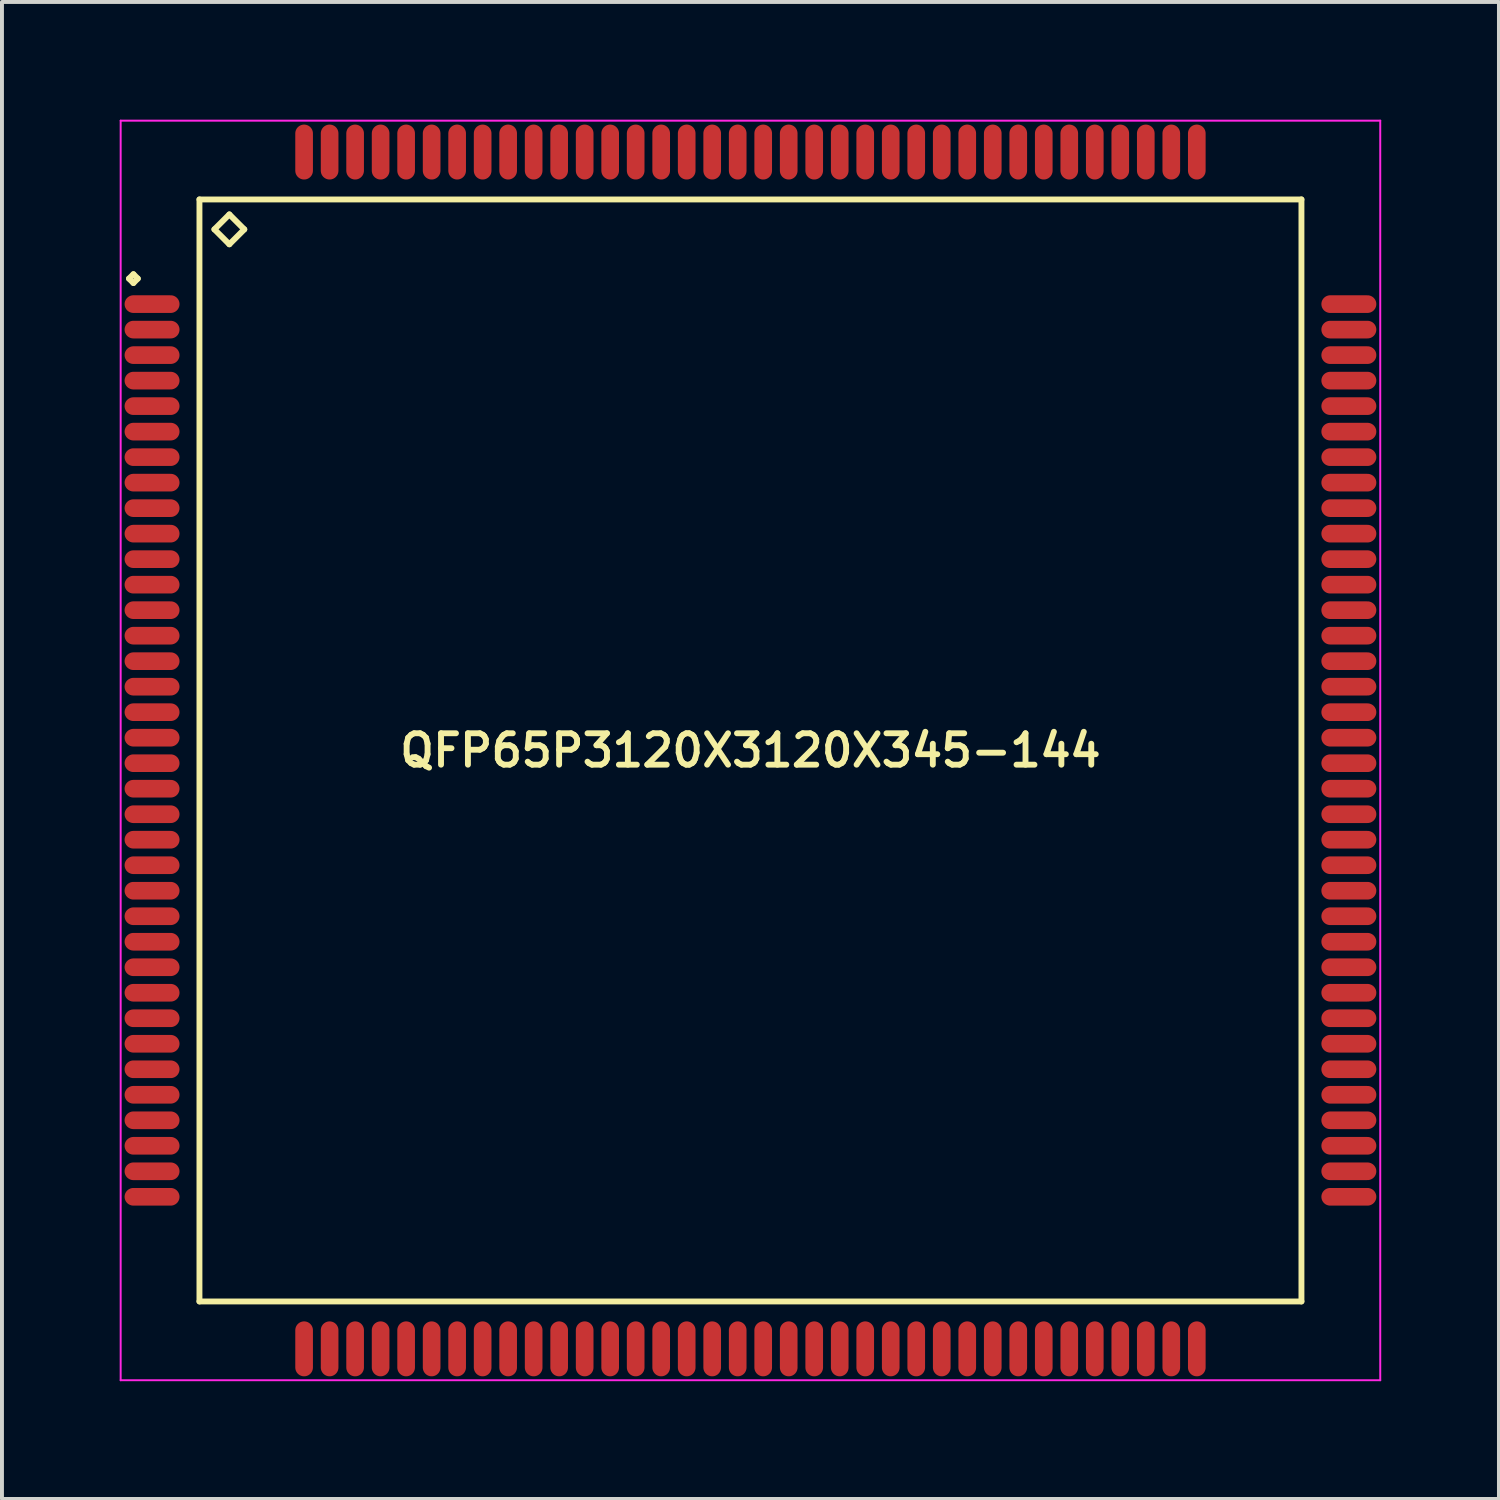
<source format=kicad_pcb>
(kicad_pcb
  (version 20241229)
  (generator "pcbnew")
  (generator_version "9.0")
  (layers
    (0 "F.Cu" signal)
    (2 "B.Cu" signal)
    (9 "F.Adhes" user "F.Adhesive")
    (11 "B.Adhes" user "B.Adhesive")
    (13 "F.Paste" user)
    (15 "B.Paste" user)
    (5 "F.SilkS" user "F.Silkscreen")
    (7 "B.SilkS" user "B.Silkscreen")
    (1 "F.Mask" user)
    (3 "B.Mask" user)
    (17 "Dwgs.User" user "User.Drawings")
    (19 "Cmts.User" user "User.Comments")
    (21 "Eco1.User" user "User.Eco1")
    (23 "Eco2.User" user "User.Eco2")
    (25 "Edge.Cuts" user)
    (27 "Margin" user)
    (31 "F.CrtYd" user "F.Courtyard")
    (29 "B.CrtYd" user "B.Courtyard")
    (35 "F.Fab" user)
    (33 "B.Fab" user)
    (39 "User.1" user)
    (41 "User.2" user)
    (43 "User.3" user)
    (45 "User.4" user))
  (footprint "QFP65P3120X3120X345-144"
    (layer "F.Cu")
    (at 16.075 16.075)
    (property "Reference" "QFP65P3120X3120X345-144" (at 0 0 0) (layer "F.SilkS") (effects (font (size 0.8 0.8) (thickness 0.15))))
    (attr smd)
    (fp_line (start -15.838 -12.025) (end -15.725 -12.137) (stroke (width 0.15) (type solid)) (layer "F.SilkS"))
    (fp_line (start -15.725 -12.137) (end -15.613 -12.025) (stroke (width 0.15) (type solid)) (layer "F.SilkS"))
    (fp_line (start -15.725 -11.912) (end -15.838 -12.025) (stroke (width 0.15) (type solid)) (layer "F.SilkS"))
    (fp_line (start -15.613 -12.025) (end -15.725 -11.912) (stroke (width 0.15) (type solid)) (layer "F.SilkS"))
    (fp_line (start -14.042 -14.042) (end -14.042 14.042) (stroke (width 0.15) (type solid)) (layer "F.SilkS"))
    (fp_line (start -14.042 14.042) (end 14.042 14.042) (stroke (width 0.15) (type solid)) (layer "F.SilkS"))
    (fp_line (start -13.661 -13.28) (end -13.28 -13.661) (stroke (width 0.15) (type solid)) (layer "F.SilkS"))
    (fp_line (start -13.28 -13.661) (end -12.899 -13.28) (stroke (width 0.15) (type solid)) (layer "F.SilkS"))
    (fp_line (start -13.28 -12.899) (end -13.661 -13.28) (stroke (width 0.15) (type solid)) (layer "F.SilkS"))
    (fp_line (start -12.899 -13.28) (end -13.28 -12.899) (stroke (width 0.15) (type solid)) (layer "F.SilkS"))
    (fp_line (start 14.042 -14.042) (end -14.042 -14.042) (stroke (width 0.15) (type solid)) (layer "F.SilkS"))
    (fp_line (start 14.042 14.042) (end 14.042 -14.042) (stroke (width 0.15) (type solid)) (layer "F.SilkS"))
    (fp_line (start -16.05 -16.05) (end 16.05 -16.05) (stroke (width 0.05) (type solid)) (layer "F.CrtYd"))
    (fp_line (start -16.05 16.05) (end -16.05 -16.05) (stroke (width 0.05) (type solid)) (layer "F.CrtYd"))
    (fp_line (start 16.05 -16.05) (end 16.05 16.05) (stroke (width 0.05) (type solid)) (layer "F.CrtYd"))
    (fp_line (start 16.05 16.05) (end -16.05 16.05) (stroke (width 0.05) (type solid)) (layer "F.CrtYd"))
    (pad "1" smd oval (at -15.25 -11.375) (size 1.4 0.45) (layers "F.Cu" "F.Mask" "F.Paste"))
    (pad "2" smd oval (at -15.25 -10.725) (size 1.4 0.45) (layers "F.Cu" "F.Mask" "F.Paste"))
    (pad "3" smd oval (at -15.25 -10.075) (size 1.4 0.45) (layers "F.Cu" "F.Mask" "F.Paste"))
    (pad "4" smd oval (at -15.25 -9.425) (size 1.4 0.45) (layers "F.Cu" "F.Mask" "F.Paste"))
    (pad "5" smd oval (at -15.25 -8.775) (size 1.4 0.45) (layers "F.Cu" "F.Mask" "F.Paste"))
    (pad "6" smd oval (at -15.25 -8.125) (size 1.4 0.45) (layers "F.Cu" "F.Mask" "F.Paste"))
    (pad "7" smd oval (at -15.25 -7.475) (size 1.4 0.45) (layers "F.Cu" "F.Mask" "F.Paste"))
    (pad "8" smd oval (at -15.25 -6.825) (size 1.4 0.45) (layers "F.Cu" "F.Mask" "F.Paste"))
    (pad "9" smd oval (at -15.25 -6.175) (size 1.4 0.45) (layers "F.Cu" "F.Mask" "F.Paste"))
    (pad "10" smd oval (at -15.25 -5.525) (size 1.4 0.45) (layers "F.Cu" "F.Mask" "F.Paste"))
    (pad "11" smd oval (at -15.25 -4.875) (size 1.4 0.45) (layers "F.Cu" "F.Mask" "F.Paste"))
    (pad "12" smd oval (at -15.25 -4.225) (size 1.4 0.45) (layers "F.Cu" "F.Mask" "F.Paste"))
    (pad "13" smd oval (at -15.25 -3.575) (size 1.4 0.45) (layers "F.Cu" "F.Mask" "F.Paste"))
    (pad "14" smd oval (at -15.25 -2.925) (size 1.4 0.45) (layers "F.Cu" "F.Mask" "F.Paste"))
    (pad "15" smd oval (at -15.25 -2.275) (size 1.4 0.45) (layers "F.Cu" "F.Mask" "F.Paste"))
    (pad "16" smd oval (at -15.25 -1.625) (size 1.4 0.45) (layers "F.Cu" "F.Mask" "F.Paste"))
    (pad "17" smd oval (at -15.25 -0.975) (size 1.4 0.45) (layers "F.Cu" "F.Mask" "F.Paste"))
    (pad "18" smd oval (at -15.25 -0.325) (size 1.4 0.45) (layers "F.Cu" "F.Mask" "F.Paste"))
    (pad "19" smd oval (at -15.25 0.325) (size 1.4 0.45) (layers "F.Cu" "F.Mask" "F.Paste"))
    (pad "20" smd oval (at -15.25 0.975) (size 1.4 0.45) (layers "F.Cu" "F.Mask" "F.Paste"))
    (pad "21" smd oval (at -15.25 1.625) (size 1.4 0.45) (layers "F.Cu" "F.Mask" "F.Paste"))
    (pad "22" smd oval (at -15.25 2.275) (size 1.4 0.45) (layers "F.Cu" "F.Mask" "F.Paste"))
    (pad "23" smd oval (at -15.25 2.925) (size 1.4 0.45) (layers "F.Cu" "F.Mask" "F.Paste"))
    (pad "24" smd oval (at -15.25 3.575) (size 1.4 0.45) (layers "F.Cu" "F.Mask" "F.Paste"))
    (pad "25" smd oval (at -15.25 4.225) (size 1.4 0.45) (layers "F.Cu" "F.Mask" "F.Paste"))
    (pad "26" smd oval (at -15.25 4.875) (size 1.4 0.45) (layers "F.Cu" "F.Mask" "F.Paste"))
    (pad "27" smd oval (at -15.25 5.525) (size 1.4 0.45) (layers "F.Cu" "F.Mask" "F.Paste"))
    (pad "28" smd oval (at -15.25 6.175) (size 1.4 0.45) (layers "F.Cu" "F.Mask" "F.Paste"))
    (pad "29" smd oval (at -15.25 6.825) (size 1.4 0.45) (layers "F.Cu" "F.Mask" "F.Paste"))
    (pad "30" smd oval (at -15.25 7.475) (size 1.4 0.45) (layers "F.Cu" "F.Mask" "F.Paste"))
    (pad "31" smd oval (at -15.25 8.125) (size 1.4 0.45) (layers "F.Cu" "F.Mask" "F.Paste"))
    (pad "32" smd oval (at -15.25 8.775) (size 1.4 0.45) (layers "F.Cu" "F.Mask" "F.Paste"))
    (pad "33" smd oval (at -15.25 9.425) (size 1.4 0.45) (layers "F.Cu" "F.Mask" "F.Paste"))
    (pad "34" smd oval (at -15.25 10.075) (size 1.4 0.45) (layers "F.Cu" "F.Mask" "F.Paste"))
    (pad "35" smd oval (at -15.25 10.725) (size 1.4 0.45) (layers "F.Cu" "F.Mask" "F.Paste"))
    (pad "36" smd oval (at -15.25 11.375) (size 1.4 0.45) (layers "F.Cu" "F.Mask" "F.Paste"))
    (pad "37" smd oval (at -11.375 15.25) (size 0.45 1.4) (layers "F.Cu" "F.Mask" "F.Paste"))
    (pad "38" smd oval (at -10.725 15.25) (size 0.45 1.4) (layers "F.Cu" "F.Mask" "F.Paste"))
    (pad "39" smd oval (at -10.075 15.25) (size 0.45 1.4) (layers "F.Cu" "F.Mask" "F.Paste"))
    (pad "40" smd oval (at -9.425 15.25) (size 0.45 1.4) (layers "F.Cu" "F.Mask" "F.Paste"))
    (pad "41" smd oval (at -8.775 15.25) (size 0.45 1.4) (layers "F.Cu" "F.Mask" "F.Paste"))
    (pad "42" smd oval (at -8.125 15.25) (size 0.45 1.4) (layers "F.Cu" "F.Mask" "F.Paste"))
    (pad "43" smd oval (at -7.475 15.25) (size 0.45 1.4) (layers "F.Cu" "F.Mask" "F.Paste"))
    (pad "44" smd oval (at -6.825 15.25) (size 0.45 1.4) (layers "F.Cu" "F.Mask" "F.Paste"))
    (pad "45" smd oval (at -6.175 15.25) (size 0.45 1.4) (layers "F.Cu" "F.Mask" "F.Paste"))
    (pad "46" smd oval (at -5.525 15.25) (size 0.45 1.4) (layers "F.Cu" "F.Mask" "F.Paste"))
    (pad "47" smd oval (at -4.875 15.25) (size 0.45 1.4) (layers "F.Cu" "F.Mask" "F.Paste"))
    (pad "48" smd oval (at -4.225 15.25) (size 0.45 1.4) (layers "F.Cu" "F.Mask" "F.Paste"))
    (pad "49" smd oval (at -3.575 15.25) (size 0.45 1.4) (layers "F.Cu" "F.Mask" "F.Paste"))
    (pad "50" smd oval (at -2.925 15.25) (size 0.45 1.4) (layers "F.Cu" "F.Mask" "F.Paste"))
    (pad "51" smd oval (at -2.275 15.25) (size 0.45 1.4) (layers "F.Cu" "F.Mask" "F.Paste"))
    (pad "52" smd oval (at -1.625 15.25) (size 0.45 1.4) (layers "F.Cu" "F.Mask" "F.Paste"))
    (pad "53" smd oval (at -0.975 15.25) (size 0.45 1.4) (layers "F.Cu" "F.Mask" "F.Paste"))
    (pad "54" smd oval (at -0.325 15.25) (size 0.45 1.4) (layers "F.Cu" "F.Mask" "F.Paste"))
    (pad "55" smd oval (at 0.325 15.25) (size 0.45 1.4) (layers "F.Cu" "F.Mask" "F.Paste"))
    (pad "56" smd oval (at 0.975 15.25) (size 0.45 1.4) (layers "F.Cu" "F.Mask" "F.Paste"))
    (pad "57" smd oval (at 1.625 15.25) (size 0.45 1.4) (layers "F.Cu" "F.Mask" "F.Paste"))
    (pad "58" smd oval (at 2.275 15.25) (size 0.45 1.4) (layers "F.Cu" "F.Mask" "F.Paste"))
    (pad "59" smd oval (at 2.925 15.25) (size 0.45 1.4) (layers "F.Cu" "F.Mask" "F.Paste"))
    (pad "60" smd oval (at 3.575 15.25) (size 0.45 1.4) (layers "F.Cu" "F.Mask" "F.Paste"))
    (pad "61" smd oval (at 4.225 15.25) (size 0.45 1.4) (layers "F.Cu" "F.Mask" "F.Paste"))
    (pad "62" smd oval (at 4.875 15.25) (size 0.45 1.4) (layers "F.Cu" "F.Mask" "F.Paste"))
    (pad "63" smd oval (at 5.525 15.25) (size 0.45 1.4) (layers "F.Cu" "F.Mask" "F.Paste"))
    (pad "64" smd oval (at 6.175 15.25) (size 0.45 1.4) (layers "F.Cu" "F.Mask" "F.Paste"))
    (pad "65" smd oval (at 6.825 15.25) (size 0.45 1.4) (layers "F.Cu" "F.Mask" "F.Paste"))
    (pad "66" smd oval (at 7.475 15.25) (size 0.45 1.4) (layers "F.Cu" "F.Mask" "F.Paste"))
    (pad "67" smd oval (at 8.125 15.25) (size 0.45 1.4) (layers "F.Cu" "F.Mask" "F.Paste"))
    (pad "68" smd oval (at 8.775 15.25) (size 0.45 1.4) (layers "F.Cu" "F.Mask" "F.Paste"))
    (pad "69" smd oval (at 9.425 15.25) (size 0.45 1.4) (layers "F.Cu" "F.Mask" "F.Paste"))
    (pad "70" smd oval (at 10.075 15.25) (size 0.45 1.4) (layers "F.Cu" "F.Mask" "F.Paste"))
    (pad "71" smd oval (at 10.725 15.25) (size 0.45 1.4) (layers "F.Cu" "F.Mask" "F.Paste"))
    (pad "72" smd oval (at 11.375 15.25) (size 0.45 1.4) (layers "F.Cu" "F.Mask" "F.Paste"))
    (pad "73" smd oval (at 15.25 11.375) (size 1.4 0.45) (layers "F.Cu" "F.Mask" "F.Paste"))
    (pad "74" smd oval (at 15.25 10.725) (size 1.4 0.45) (layers "F.Cu" "F.Mask" "F.Paste"))
    (pad "75" smd oval (at 15.25 10.075) (size 1.4 0.45) (layers "F.Cu" "F.Mask" "F.Paste"))
    (pad "76" smd oval (at 15.25 9.425) (size 1.4 0.45) (layers "F.Cu" "F.Mask" "F.Paste"))
    (pad "77" smd oval (at 15.25 8.775) (size 1.4 0.45) (layers "F.Cu" "F.Mask" "F.Paste"))
    (pad "78" smd oval (at 15.25 8.125) (size 1.4 0.45) (layers "F.Cu" "F.Mask" "F.Paste"))
    (pad "79" smd oval (at 15.25 7.475) (size 1.4 0.45) (layers "F.Cu" "F.Mask" "F.Paste"))
    (pad "80" smd oval (at 15.25 6.825) (size 1.4 0.45) (layers "F.Cu" "F.Mask" "F.Paste"))
    (pad "81" smd oval (at 15.25 6.175) (size 1.4 0.45) (layers "F.Cu" "F.Mask" "F.Paste"))
    (pad "82" smd oval (at 15.25 5.525) (size 1.4 0.45) (layers "F.Cu" "F.Mask" "F.Paste"))
    (pad "83" smd oval (at 15.25 4.875) (size 1.4 0.45) (layers "F.Cu" "F.Mask" "F.Paste"))
    (pad "84" smd oval (at 15.25 4.225) (size 1.4 0.45) (layers "F.Cu" "F.Mask" "F.Paste"))
    (pad "85" smd oval (at 15.25 3.575) (size 1.4 0.45) (layers "F.Cu" "F.Mask" "F.Paste"))
    (pad "86" smd oval (at 15.25 2.925) (size 1.4 0.45) (layers "F.Cu" "F.Mask" "F.Paste"))
    (pad "87" smd oval (at 15.25 2.275) (size 1.4 0.45) (layers "F.Cu" "F.Mask" "F.Paste"))
    (pad "88" smd oval (at 15.25 1.625) (size 1.4 0.45) (layers "F.Cu" "F.Mask" "F.Paste"))
    (pad "89" smd oval (at 15.25 0.975) (size 1.4 0.45) (layers "F.Cu" "F.Mask" "F.Paste"))
    (pad "90" smd oval (at 15.25 0.325) (size 1.4 0.45) (layers "F.Cu" "F.Mask" "F.Paste"))
    (pad "91" smd oval (at 15.25 -0.325) (size 1.4 0.45) (layers "F.Cu" "F.Mask" "F.Paste"))
    (pad "92" smd oval (at 15.25 -0.975) (size 1.4 0.45) (layers "F.Cu" "F.Mask" "F.Paste"))
    (pad "93" smd oval (at 15.25 -1.625) (size 1.4 0.45) (layers "F.Cu" "F.Mask" "F.Paste"))
    (pad "94" smd oval (at 15.25 -2.275) (size 1.4 0.45) (layers "F.Cu" "F.Mask" "F.Paste"))
    (pad "95" smd oval (at 15.25 -2.925) (size 1.4 0.45) (layers "F.Cu" "F.Mask" "F.Paste"))
    (pad "96" smd oval (at 15.25 -3.575) (size 1.4 0.45) (layers "F.Cu" "F.Mask" "F.Paste"))
    (pad "97" smd oval (at 15.25 -4.225) (size 1.4 0.45) (layers "F.Cu" "F.Mask" "F.Paste"))
    (pad "98" smd oval (at 15.25 -4.875) (size 1.4 0.45) (layers "F.Cu" "F.Mask" "F.Paste"))
    (pad "99" smd oval (at 15.25 -5.525) (size 1.4 0.45) (layers "F.Cu" "F.Mask" "F.Paste"))
    (pad "100" smd oval (at 15.25 -6.175) (size 1.4 0.45) (layers "F.Cu" "F.Mask" "F.Paste"))
    (pad "101" smd oval (at 15.25 -6.825) (size 1.4 0.45) (layers "F.Cu" "F.Mask" "F.Paste"))
    (pad "102" smd oval (at 15.25 -7.475) (size 1.4 0.45) (layers "F.Cu" "F.Mask" "F.Paste"))
    (pad "103" smd oval (at 15.25 -8.125) (size 1.4 0.45) (layers "F.Cu" "F.Mask" "F.Paste"))
    (pad "104" smd oval (at 15.25 -8.775) (size 1.4 0.45) (layers "F.Cu" "F.Mask" "F.Paste"))
    (pad "105" smd oval (at 15.25 -9.425) (size 1.4 0.45) (layers "F.Cu" "F.Mask" "F.Paste"))
    (pad "106" smd oval (at 15.25 -10.075) (size 1.4 0.45) (layers "F.Cu" "F.Mask" "F.Paste"))
    (pad "107" smd oval (at 15.25 -10.725) (size 1.4 0.45) (layers "F.Cu" "F.Mask" "F.Paste"))
    (pad "108" smd oval (at 15.25 -11.375) (size 1.4 0.45) (layers "F.Cu" "F.Mask" "F.Paste"))
    (pad "109" smd oval (at 11.375 -15.25) (size 0.45 1.4) (layers "F.Cu" "F.Mask" "F.Paste"))
    (pad "110" smd oval (at 10.725 -15.25) (size 0.45 1.4) (layers "F.Cu" "F.Mask" "F.Paste"))
    (pad "111" smd oval (at 10.075 -15.25) (size 0.45 1.4) (layers "F.Cu" "F.Mask" "F.Paste"))
    (pad "112" smd oval (at 9.425 -15.25) (size 0.45 1.4) (layers "F.Cu" "F.Mask" "F.Paste"))
    (pad "113" smd oval (at 8.775 -15.25) (size 0.45 1.4) (layers "F.Cu" "F.Mask" "F.Paste"))
    (pad "114" smd oval (at 8.125 -15.25) (size 0.45 1.4) (layers "F.Cu" "F.Mask" "F.Paste"))
    (pad "115" smd oval (at 7.475 -15.25) (size 0.45 1.4) (layers "F.Cu" "F.Mask" "F.Paste"))
    (pad "116" smd oval (at 6.825 -15.25) (size 0.45 1.4) (layers "F.Cu" "F.Mask" "F.Paste"))
    (pad "117" smd oval (at 6.175 -15.25) (size 0.45 1.4) (layers "F.Cu" "F.Mask" "F.Paste"))
    (pad "118" smd oval (at 5.525 -15.25) (size 0.45 1.4) (layers "F.Cu" "F.Mask" "F.Paste"))
    (pad "119" smd oval (at 4.875 -15.25) (size 0.45 1.4) (layers "F.Cu" "F.Mask" "F.Paste"))
    (pad "120" smd oval (at 4.225 -15.25) (size 0.45 1.4) (layers "F.Cu" "F.Mask" "F.Paste"))
    (pad "121" smd oval (at 3.575 -15.25) (size 0.45 1.4) (layers "F.Cu" "F.Mask" "F.Paste"))
    (pad "122" smd oval (at 2.925 -15.25) (size 0.45 1.4) (layers "F.Cu" "F.Mask" "F.Paste"))
    (pad "123" smd oval (at 2.275 -15.25) (size 0.45 1.4) (layers "F.Cu" "F.Mask" "F.Paste"))
    (pad "124" smd oval (at 1.625 -15.25) (size 0.45 1.4) (layers "F.Cu" "F.Mask" "F.Paste"))
    (pad "125" smd oval (at 0.975 -15.25) (size 0.45 1.4) (layers "F.Cu" "F.Mask" "F.Paste"))
    (pad "126" smd oval (at 0.325 -15.25) (size 0.45 1.4) (layers "F.Cu" "F.Mask" "F.Paste"))
    (pad "127" smd oval (at -0.325 -15.25) (size 0.45 1.4) (layers "F.Cu" "F.Mask" "F.Paste"))
    (pad "128" smd oval (at -0.975 -15.25) (size 0.45 1.4) (layers "F.Cu" "F.Mask" "F.Paste"))
    (pad "129" smd oval (at -1.625 -15.25) (size 0.45 1.4) (layers "F.Cu" "F.Mask" "F.Paste"))
    (pad "130" smd oval (at -2.275 -15.25) (size 0.45 1.4) (layers "F.Cu" "F.Mask" "F.Paste"))
    (pad "131" smd oval (at -2.925 -15.25) (size 0.45 1.4) (layers "F.Cu" "F.Mask" "F.Paste"))
    (pad "132" smd oval (at -3.575 -15.25) (size 0.45 1.4) (layers "F.Cu" "F.Mask" "F.Paste"))
    (pad "133" smd oval (at -4.225 -15.25) (size 0.45 1.4) (layers "F.Cu" "F.Mask" "F.Paste"))
    (pad "134" smd oval (at -4.875 -15.25) (size 0.45 1.4) (layers "F.Cu" "F.Mask" "F.Paste"))
    (pad "135" smd oval (at -5.525 -15.25) (size 0.45 1.4) (layers "F.Cu" "F.Mask" "F.Paste"))
    (pad "136" smd oval (at -6.175 -15.25) (size 0.45 1.4) (layers "F.Cu" "F.Mask" "F.Paste"))
    (pad "137" smd oval (at -6.825 -15.25) (size 0.45 1.4) (layers "F.Cu" "F.Mask" "F.Paste"))
    (pad "138" smd oval (at -7.475 -15.25) (size 0.45 1.4) (layers "F.Cu" "F.Mask" "F.Paste"))
    (pad "139" smd oval (at -8.125 -15.25) (size 0.45 1.4) (layers "F.Cu" "F.Mask" "F.Paste"))
    (pad "140" smd oval (at -8.775 -15.25) (size 0.45 1.4) (layers "F.Cu" "F.Mask" "F.Paste"))
    (pad "141" smd oval (at -9.425 -15.25) (size 0.45 1.4) (layers "F.Cu" "F.Mask" "F.Paste"))
    (pad "142" smd oval (at -10.075 -15.25) (size 0.45 1.4) (layers "F.Cu" "F.Mask" "F.Paste"))
    (pad "143" smd oval (at -10.725 -15.25) (size 0.45 1.4) (layers "F.Cu" "F.Mask" "F.Paste"))
    (pad "144" smd oval (at -11.375 -15.25) (size 0.45 1.4) (layers "F.Cu" "F.Mask" "F.Paste")))
  (gr_rect
    (start -3 -3)
    (end 35.15 35.15)
    (stroke (width 0.1) (type default))
    (fill no)
    (layer "Edge.Cuts")))
</source>
